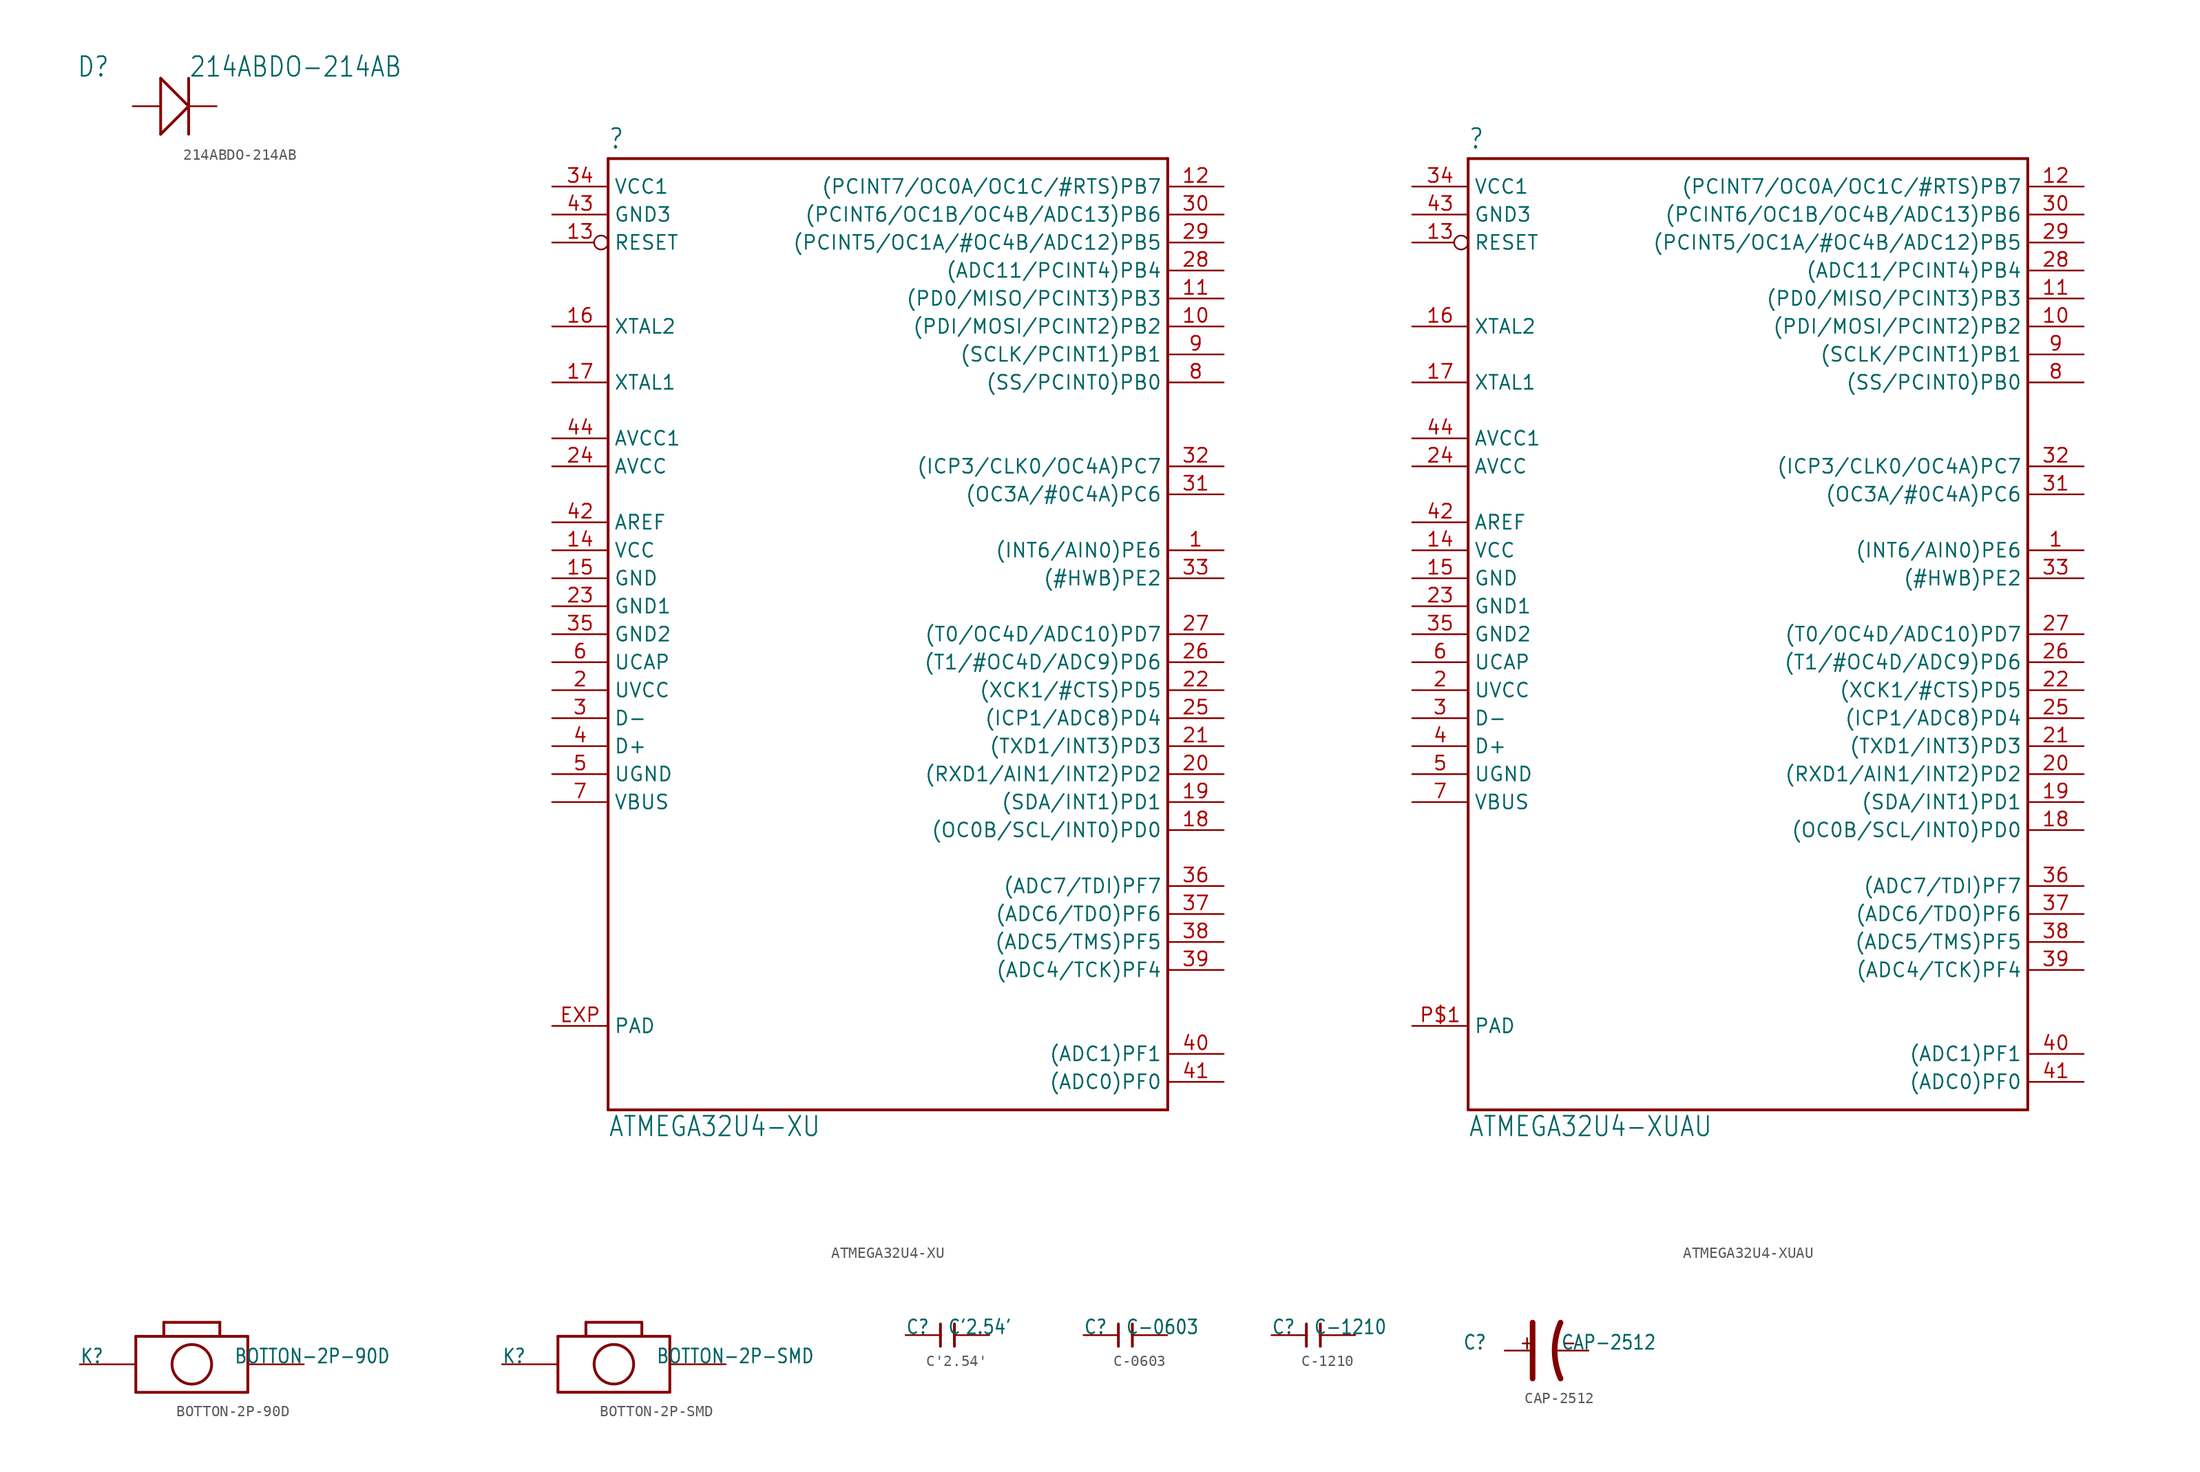
<source format=kicad_sym>
(kicad_symbol_lib
  (version 20211014)
  (generator kicad_symbol_editor)
  (symbol "214ABDO-214AB"
    (property "Reference" "D"
      (at -8.89 2.54 0)
      (effects (font (size 1.778 1.511)) (justify left bottom)))
    (property "Value" "214ABDO-214AB"
      (at 1.27 2.54 0)
      (effects (font (size 1.778 1.511)) (justify left bottom)))
    (property "ki_locked" ""
      (at 0 0 0)
      (effects (font (size 1.27 1.27))))
    (symbol "214ABDO-214AB_1_0"
      (polyline (pts (xy -1.27 -2.54) (xy -1.27 2.54)) (stroke (width 0.254) (type default) (color 0 0 0 0)) (fill (type none)))
      (polyline (pts (xy -1.27 -2.54) (xy 1.27 0)) (stroke (width 0.254) (type default) (color 0 0 0 0)) (fill (type none)))
      (polyline (pts (xy -1.27 2.54) (xy 1.27 0)) (stroke (width 0.254) (type default) (color 0 0 0 0)) (fill (type none)))
      (polyline (pts (xy 1.27 2.54) (xy 1.27 -2.54)) (stroke (width 0.254) (type default) (color 0 0 0 0)) (fill (type none)))
      (pin passive line (at -3.81 0 0) (length 2.54) (name "+" (effects (font (size 0 0)))) (number "1" (effects (font (size 0 0)))))
      (pin passive line (at 3.81 0 180) (length 2.54) (name "-" (effects (font (size 0 0)))) (number "2" (effects (font (size 0 0)))))))
  (symbol "ATMEGA32U4-XU"
    (property "Reference" ""
      (at -20.32 26.162 0)
      (effects (font (size 1.778 1.511)) (justify left bottom)))
    (property "Value" "ATMEGA32U4-XU"
      (at -20.32 -63.5 0)
      (effects (font (size 1.778 1.511)) (justify left bottom)))
    (property "ki_locked" ""
      (at 0 0 0)
      (effects (font (size 1.27 1.27))))
    (symbol "ATMEGA32U4-XU_1_0"
      (polyline (pts (xy -20.32 -60.96) (xy -20.32 25.4)) (stroke (width 0.254) (type default) (color 0 0 0 0)) (fill (type none)))
      (polyline (pts (xy -20.32 25.4) (xy 30.48 25.4)) (stroke (width 0.254) (type default) (color 0 0 0 0)) (fill (type none)))
      (polyline (pts (xy 30.48 -60.96) (xy -20.32 -60.96)) (stroke (width 0.254) (type default) (color 0 0 0 0)) (fill (type none)))
      (polyline (pts (xy 30.48 25.4) (xy 30.48 -60.96)) (stroke (width 0.254) (type default) (color 0 0 0 0)) (fill (type none)))
      (pin bidirectional line (at 35.56 -10.16 180) (length 5.08) (name "(INT6/AIN0)PE6" (effects (font (size 1.27 1.27)))) (number "1" (effects (font (size 1.27 1.27)))))
      (pin bidirectional line (at 35.56 10.16 180) (length 5.08) (name "(PDI/MOSI/PCINT2)PB2" (effects (font (size 1.27 1.27)))) (number "10" (effects (font (size 1.27 1.27)))))
      (pin bidirectional line (at 35.56 12.7 180) (length 5.08) (name "(PD0/MISO/PCINT3)PB3" (effects (font (size 1.27 1.27)))) (number "11" (effects (font (size 1.27 1.27)))))
      (pin bidirectional line (at 35.56 22.86 180) (length 5.08) (name "(PCINT7/OC0A/OC1C/#RTS)PB7" (effects (font (size 1.27 1.27)))) (number "12" (effects (font (size 1.27 1.27)))))
      (pin input inverted (at -25.4 17.78 0) (length 5.08) (name "RESET" (effects (font (size 1.27 1.27)))) (number "13" (effects (font (size 1.27 1.27)))))
      (pin power_in line (at -25.4 -10.16 0) (length 5.08) (name "VCC" (effects (font (size 1.27 1.27)))) (number "14" (effects (font (size 1.27 1.27)))))
      (pin power_in line (at -25.4 -12.7 0) (length 5.08) (name "GND" (effects (font (size 1.27 1.27)))) (number "15" (effects (font (size 1.27 1.27)))))
      (pin bidirectional line (at -25.4 10.16 0) (length 5.08) (name "XTAL2" (effects (font (size 1.27 1.27)))) (number "16" (effects (font (size 1.27 1.27)))))
      (pin bidirectional line (at -25.4 5.08 0) (length 5.08) (name "XTAL1" (effects (font (size 1.27 1.27)))) (number "17" (effects (font (size 1.27 1.27)))))
      (pin bidirectional line (at 35.56 -35.56 180) (length 5.08) (name "(OC0B/SCL/INT0)PD0" (effects (font (size 1.27 1.27)))) (number "18" (effects (font (size 1.27 1.27)))))
      (pin bidirectional line (at 35.56 -33.02 180) (length 5.08) (name "(SDA/INT1)PD1" (effects (font (size 1.27 1.27)))) (number "19" (effects (font (size 1.27 1.27)))))
      (pin power_in line (at -25.4 -22.86 0) (length 5.08) (name "UVCC" (effects (font (size 1.27 1.27)))) (number "2" (effects (font (size 1.27 1.27)))))
      (pin bidirectional line (at 35.56 -30.48 180) (length 5.08) (name "(RXD1/AIN1/INT2)PD2" (effects (font (size 1.27 1.27)))) (number "20" (effects (font (size 1.27 1.27)))))
      (pin bidirectional line (at 35.56 -27.94 180) (length 5.08) (name "(TXD1/INT3)PD3" (effects (font (size 1.27 1.27)))) (number "21" (effects (font (size 1.27 1.27)))))
      (pin bidirectional line (at 35.56 -22.86 180) (length 5.08) (name "(XCK1/#CTS)PD5" (effects (font (size 1.27 1.27)))) (number "22" (effects (font (size 1.27 1.27)))))
      (pin power_in line (at -25.4 -15.24 0) (length 5.08) (name "GND1" (effects (font (size 1.27 1.27)))) (number "23" (effects (font (size 1.27 1.27)))))
      (pin power_in line (at -25.4 -2.54 0) (length 5.08) (name "AVCC" (effects (font (size 1.27 1.27)))) (number "24" (effects (font (size 1.27 1.27)))))
      (pin bidirectional line (at 35.56 -25.4 180) (length 5.08) (name "(ICP1/ADC8)PD4" (effects (font (size 1.27 1.27)))) (number "25" (effects (font (size 1.27 1.27)))))
      (pin bidirectional line (at 35.56 -20.32 180) (length 5.08) (name "(T1/#OC4D/ADC9)PD6" (effects (font (size 1.27 1.27)))) (number "26" (effects (font (size 1.27 1.27)))))
      (pin bidirectional line (at 35.56 -17.78 180) (length 5.08) (name "(T0/OC4D/ADC10)PD7" (effects (font (size 1.27 1.27)))) (number "27" (effects (font (size 1.27 1.27)))))
      (pin bidirectional line (at 35.56 15.24 180) (length 5.08) (name "(ADC11/PCINT4)PB4" (effects (font (size 1.27 1.27)))) (number "28" (effects (font (size 1.27 1.27)))))
      (pin bidirectional line (at 35.56 17.78 180) (length 5.08) (name "(PCINT5/OC1A/#OC4B/ADC12)PB5" (effects (font (size 1.27 1.27)))) (number "29" (effects (font (size 1.27 1.27)))))
      (pin bidirectional line (at -25.4 -25.4 0) (length 5.08) (name "D-" (effects (font (size 1.27 1.27)))) (number "3" (effects (font (size 1.27 1.27)))))
      (pin bidirectional line (at 35.56 20.32 180) (length 5.08) (name "(PCINT6/OC1B/OC4B/ADC13)PB6" (effects (font (size 1.27 1.27)))) (number "30" (effects (font (size 1.27 1.27)))))
      (pin bidirectional line (at 35.56 -5.08 180) (length 5.08) (name "(OC3A/#0C4A)PC6" (effects (font (size 1.27 1.27)))) (number "31" (effects (font (size 1.27 1.27)))))
      (pin bidirectional line (at 35.56 -2.54 180) (length 5.08) (name "(ICP3/CLK0/OC4A)PC7" (effects (font (size 1.27 1.27)))) (number "32" (effects (font (size 1.27 1.27)))))
      (pin bidirectional line (at 35.56 -12.7 180) (length 5.08) (name "(#HWB)PE2" (effects (font (size 1.27 1.27)))) (number "33" (effects (font (size 1.27 1.27)))))
      (pin power_in line (at -25.4 22.86 0) (length 5.08) (name "VCC1" (effects (font (size 1.27 1.27)))) (number "34" (effects (font (size 1.27 1.27)))))
      (pin power_in line (at -25.4 -17.78 0) (length 5.08) (name "GND2" (effects (font (size 1.27 1.27)))) (number "35" (effects (font (size 1.27 1.27)))))
      (pin bidirectional line (at 35.56 -40.64 180) (length 5.08) (name "(ADC7/TDI)PF7" (effects (font (size 1.27 1.27)))) (number "36" (effects (font (size 1.27 1.27)))))
      (pin bidirectional line (at 35.56 -43.18 180) (length 5.08) (name "(ADC6/TDO)PF6" (effects (font (size 1.27 1.27)))) (number "37" (effects (font (size 1.27 1.27)))))
      (pin bidirectional line (at 35.56 -45.72 180) (length 5.08) (name "(ADC5/TMS)PF5" (effects (font (size 1.27 1.27)))) (number "38" (effects (font (size 1.27 1.27)))))
      (pin bidirectional line (at 35.56 -48.26 180) (length 5.08) (name "(ADC4/TCK)PF4" (effects (font (size 1.27 1.27)))) (number "39" (effects (font (size 1.27 1.27)))))
      (pin bidirectional line (at -25.4 -27.94 0) (length 5.08) (name "D+" (effects (font (size 1.27 1.27)))) (number "4" (effects (font (size 1.27 1.27)))))
      (pin bidirectional line (at 35.56 -55.88 180) (length 5.08) (name "(ADC1)PF1" (effects (font (size 1.27 1.27)))) (number "40" (effects (font (size 1.27 1.27)))))
      (pin bidirectional line (at 35.56 -58.42 180) (length 5.08) (name "(ADC0)PF0" (effects (font (size 1.27 1.27)))) (number "41" (effects (font (size 1.27 1.27)))))
      (pin power_in line (at -25.4 -7.62 0) (length 5.08) (name "AREF" (effects (font (size 1.27 1.27)))) (number "42" (effects (font (size 1.27 1.27)))))
      (pin power_in line (at -25.4 20.32 0) (length 5.08) (name "GND3" (effects (font (size 1.27 1.27)))) (number "43" (effects (font (size 1.27 1.27)))))
      (pin power_in line (at -25.4 0 0) (length 5.08) (name "AVCC1" (effects (font (size 1.27 1.27)))) (number "44" (effects (font (size 1.27 1.27)))))
      (pin power_in line (at -25.4 -30.48 0) (length 5.08) (name "UGND" (effects (font (size 1.27 1.27)))) (number "5" (effects (font (size 1.27 1.27)))))
      (pin passive line (at -25.4 -20.32 0) (length 5.08) (name "UCAP" (effects (font (size 1.27 1.27)))) (number "6" (effects (font (size 1.27 1.27)))))
      (pin input line (at -25.4 -33.02 0) (length 5.08) (name "VBUS" (effects (font (size 1.27 1.27)))) (number "7" (effects (font (size 1.27 1.27)))))
      (pin bidirectional line (at 35.56 5.08 180) (length 5.08) (name "(SS/PCINT0)PB0" (effects (font (size 1.27 1.27)))) (number "8" (effects (font (size 1.27 1.27)))))
      (pin bidirectional line (at 35.56 7.62 180) (length 5.08) (name "(SCLK/PCINT1)PB1" (effects (font (size 1.27 1.27)))) (number "9" (effects (font (size 1.27 1.27)))))
      (pin power_in line (at -25.4 -53.34 0) (length 5.08) (name "PAD" (effects (font (size 1.27 1.27)))) (number "EXP" (effects (font (size 1.27 1.27)))))))
  (symbol "ATMEGA32U4-XUAU"
    (property "Reference" ""
      (at -20.32 26.162 0)
      (effects (font (size 1.778 1.511)) (justify left bottom)))
    (property "Value" "ATMEGA32U4-XUAU"
      (at -20.32 -63.5 0)
      (effects (font (size 1.778 1.511)) (justify left bottom)))
    (property "ki_locked" ""
      (at 0 0 0)
      (effects (font (size 1.27 1.27))))
    (symbol "ATMEGA32U4-XUAU_1_0"
      (polyline (pts (xy -20.32 -60.96) (xy -20.32 25.4)) (stroke (width 0.254) (type default) (color 0 0 0 0)) (fill (type none)))
      (polyline (pts (xy -20.32 25.4) (xy 30.48 25.4)) (stroke (width 0.254) (type default) (color 0 0 0 0)) (fill (type none)))
      (polyline (pts (xy 30.48 -60.96) (xy -20.32 -60.96)) (stroke (width 0.254) (type default) (color 0 0 0 0)) (fill (type none)))
      (polyline (pts (xy 30.48 25.4) (xy 30.48 -60.96)) (stroke (width 0.254) (type default) (color 0 0 0 0)) (fill (type none)))
      (pin bidirectional line (at 35.56 -10.16 180) (length 5.08) (name "(INT6/AIN0)PE6" (effects (font (size 1.27 1.27)))) (number "1" (effects (font (size 1.27 1.27)))))
      (pin bidirectional line (at 35.56 10.16 180) (length 5.08) (name "(PDI/MOSI/PCINT2)PB2" (effects (font (size 1.27 1.27)))) (number "10" (effects (font (size 1.27 1.27)))))
      (pin bidirectional line (at 35.56 12.7 180) (length 5.08) (name "(PD0/MISO/PCINT3)PB3" (effects (font (size 1.27 1.27)))) (number "11" (effects (font (size 1.27 1.27)))))
      (pin bidirectional line (at 35.56 22.86 180) (length 5.08) (name "(PCINT7/OC0A/OC1C/#RTS)PB7" (effects (font (size 1.27 1.27)))) (number "12" (effects (font (size 1.27 1.27)))))
      (pin input inverted (at -25.4 17.78 0) (length 5.08) (name "RESET" (effects (font (size 1.27 1.27)))) (number "13" (effects (font (size 1.27 1.27)))))
      (pin power_in line (at -25.4 -10.16 0) (length 5.08) (name "VCC" (effects (font (size 1.27 1.27)))) (number "14" (effects (font (size 1.27 1.27)))))
      (pin power_in line (at -25.4 -12.7 0) (length 5.08) (name "GND" (effects (font (size 1.27 1.27)))) (number "15" (effects (font (size 1.27 1.27)))))
      (pin bidirectional line (at -25.4 10.16 0) (length 5.08) (name "XTAL2" (effects (font (size 1.27 1.27)))) (number "16" (effects (font (size 1.27 1.27)))))
      (pin bidirectional line (at -25.4 5.08 0) (length 5.08) (name "XTAL1" (effects (font (size 1.27 1.27)))) (number "17" (effects (font (size 1.27 1.27)))))
      (pin bidirectional line (at 35.56 -35.56 180) (length 5.08) (name "(OC0B/SCL/INT0)PD0" (effects (font (size 1.27 1.27)))) (number "18" (effects (font (size 1.27 1.27)))))
      (pin bidirectional line (at 35.56 -33.02 180) (length 5.08) (name "(SDA/INT1)PD1" (effects (font (size 1.27 1.27)))) (number "19" (effects (font (size 1.27 1.27)))))
      (pin power_in line (at -25.4 -22.86 0) (length 5.08) (name "UVCC" (effects (font (size 1.27 1.27)))) (number "2" (effects (font (size 1.27 1.27)))))
      (pin bidirectional line (at 35.56 -30.48 180) (length 5.08) (name "(RXD1/AIN1/INT2)PD2" (effects (font (size 1.27 1.27)))) (number "20" (effects (font (size 1.27 1.27)))))
      (pin bidirectional line (at 35.56 -27.94 180) (length 5.08) (name "(TXD1/INT3)PD3" (effects (font (size 1.27 1.27)))) (number "21" (effects (font (size 1.27 1.27)))))
      (pin bidirectional line (at 35.56 -22.86 180) (length 5.08) (name "(XCK1/#CTS)PD5" (effects (font (size 1.27 1.27)))) (number "22" (effects (font (size 1.27 1.27)))))
      (pin power_in line (at -25.4 -15.24 0) (length 5.08) (name "GND1" (effects (font (size 1.27 1.27)))) (number "23" (effects (font (size 1.27 1.27)))))
      (pin power_in line (at -25.4 -2.54 0) (length 5.08) (name "AVCC" (effects (font (size 1.27 1.27)))) (number "24" (effects (font (size 1.27 1.27)))))
      (pin bidirectional line (at 35.56 -25.4 180) (length 5.08) (name "(ICP1/ADC8)PD4" (effects (font (size 1.27 1.27)))) (number "25" (effects (font (size 1.27 1.27)))))
      (pin bidirectional line (at 35.56 -20.32 180) (length 5.08) (name "(T1/#OC4D/ADC9)PD6" (effects (font (size 1.27 1.27)))) (number "26" (effects (font (size 1.27 1.27)))))
      (pin bidirectional line (at 35.56 -17.78 180) (length 5.08) (name "(T0/OC4D/ADC10)PD7" (effects (font (size 1.27 1.27)))) (number "27" (effects (font (size 1.27 1.27)))))
      (pin bidirectional line (at 35.56 15.24 180) (length 5.08) (name "(ADC11/PCINT4)PB4" (effects (font (size 1.27 1.27)))) (number "28" (effects (font (size 1.27 1.27)))))
      (pin bidirectional line (at 35.56 17.78 180) (length 5.08) (name "(PCINT5/OC1A/#OC4B/ADC12)PB5" (effects (font (size 1.27 1.27)))) (number "29" (effects (font (size 1.27 1.27)))))
      (pin bidirectional line (at -25.4 -25.4 0) (length 5.08) (name "D-" (effects (font (size 1.27 1.27)))) (number "3" (effects (font (size 1.27 1.27)))))
      (pin bidirectional line (at 35.56 20.32 180) (length 5.08) (name "(PCINT6/OC1B/OC4B/ADC13)PB6" (effects (font (size 1.27 1.27)))) (number "30" (effects (font (size 1.27 1.27)))))
      (pin bidirectional line (at 35.56 -5.08 180) (length 5.08) (name "(OC3A/#0C4A)PC6" (effects (font (size 1.27 1.27)))) (number "31" (effects (font (size 1.27 1.27)))))
      (pin bidirectional line (at 35.56 -2.54 180) (length 5.08) (name "(ICP3/CLK0/OC4A)PC7" (effects (font (size 1.27 1.27)))) (number "32" (effects (font (size 1.27 1.27)))))
      (pin bidirectional line (at 35.56 -12.7 180) (length 5.08) (name "(#HWB)PE2" (effects (font (size 1.27 1.27)))) (number "33" (effects (font (size 1.27 1.27)))))
      (pin power_in line (at -25.4 22.86 0) (length 5.08) (name "VCC1" (effects (font (size 1.27 1.27)))) (number "34" (effects (font (size 1.27 1.27)))))
      (pin power_in line (at -25.4 -17.78 0) (length 5.08) (name "GND2" (effects (font (size 1.27 1.27)))) (number "35" (effects (font (size 1.27 1.27)))))
      (pin bidirectional line (at 35.56 -40.64 180) (length 5.08) (name "(ADC7/TDI)PF7" (effects (font (size 1.27 1.27)))) (number "36" (effects (font (size 1.27 1.27)))))
      (pin bidirectional line (at 35.56 -43.18 180) (length 5.08) (name "(ADC6/TDO)PF6" (effects (font (size 1.27 1.27)))) (number "37" (effects (font (size 1.27 1.27)))))
      (pin bidirectional line (at 35.56 -45.72 180) (length 5.08) (name "(ADC5/TMS)PF5" (effects (font (size 1.27 1.27)))) (number "38" (effects (font (size 1.27 1.27)))))
      (pin bidirectional line (at 35.56 -48.26 180) (length 5.08) (name "(ADC4/TCK)PF4" (effects (font (size 1.27 1.27)))) (number "39" (effects (font (size 1.27 1.27)))))
      (pin bidirectional line (at -25.4 -27.94 0) (length 5.08) (name "D+" (effects (font (size 1.27 1.27)))) (number "4" (effects (font (size 1.27 1.27)))))
      (pin bidirectional line (at 35.56 -55.88 180) (length 5.08) (name "(ADC1)PF1" (effects (font (size 1.27 1.27)))) (number "40" (effects (font (size 1.27 1.27)))))
      (pin bidirectional line (at 35.56 -58.42 180) (length 5.08) (name "(ADC0)PF0" (effects (font (size 1.27 1.27)))) (number "41" (effects (font (size 1.27 1.27)))))
      (pin power_in line (at -25.4 -7.62 0) (length 5.08) (name "AREF" (effects (font (size 1.27 1.27)))) (number "42" (effects (font (size 1.27 1.27)))))
      (pin power_in line (at -25.4 20.32 0) (length 5.08) (name "GND3" (effects (font (size 1.27 1.27)))) (number "43" (effects (font (size 1.27 1.27)))))
      (pin power_in line (at -25.4 0 0) (length 5.08) (name "AVCC1" (effects (font (size 1.27 1.27)))) (number "44" (effects (font (size 1.27 1.27)))))
      (pin power_in line (at -25.4 -30.48 0) (length 5.08) (name "UGND" (effects (font (size 1.27 1.27)))) (number "5" (effects (font (size 1.27 1.27)))))
      (pin passive line (at -25.4 -20.32 0) (length 5.08) (name "UCAP" (effects (font (size 1.27 1.27)))) (number "6" (effects (font (size 1.27 1.27)))))
      (pin input line (at -25.4 -33.02 0) (length 5.08) (name "VBUS" (effects (font (size 1.27 1.27)))) (number "7" (effects (font (size 1.27 1.27)))))
      (pin bidirectional line (at 35.56 5.08 180) (length 5.08) (name "(SS/PCINT0)PB0" (effects (font (size 1.27 1.27)))) (number "8" (effects (font (size 1.27 1.27)))))
      (pin bidirectional line (at 35.56 7.62 180) (length 5.08) (name "(SCLK/PCINT1)PB1" (effects (font (size 1.27 1.27)))) (number "9" (effects (font (size 1.27 1.27)))))
      (pin power_in line (at -25.4 -53.34 0) (length 5.08) (name "PAD" (effects (font (size 1.27 1.27)))) (number "P$1" (effects (font (size 1.27 1.27)))))))
  (symbol "BOTTON-2P-90D"
    (property "Reference" "K"
      (at -10.16 0 0)
      (effects (font (size 1.27 1.079)) (justify left bottom)))
    (property "Value" "BOTTON-2P-90D"
      (at 3.81 0 0)
      (effects (font (size 1.27 1.079)) (justify left bottom)))
    (property "ki_locked" ""
      (at 0 0 0)
      (effects (font (size 1.27 1.27))))
    (symbol "BOTTON-2P-90D_1_0"
      (polyline (pts (xy -5.08 -2.54) (xy 5.08 -2.54)) (stroke (width 0.254) (type default) (color 0 0 0 0)) (fill (type none)))
      (polyline (pts (xy -5.08 2.54) (xy -5.08 -2.54)) (stroke (width 0.254) (type default) (color 0 0 0 0)) (fill (type none)))
      (polyline (pts (xy -2.54 2.54) (xy -5.08 2.54)) (stroke (width 0.254) (type default) (color 0 0 0 0)) (fill (type none)))
      (polyline (pts (xy -2.54 2.54) (xy -2.54 3.81)) (stroke (width 0.254) (type default) (color 0 0 0 0)) (fill (type none)))
      (polyline (pts (xy -2.54 3.81) (xy 2.54 3.81)) (stroke (width 0.254) (type default) (color 0 0 0 0)) (fill (type none)))
      (polyline (pts (xy 2.54 2.54) (xy -2.54 2.54)) (stroke (width 0.254) (type default) (color 0 0 0 0)) (fill (type none)))
      (polyline (pts (xy 2.54 3.81) (xy 2.54 2.54)) (stroke (width 0.254) (type default) (color 0 0 0 0)) (fill (type none)))
      (polyline (pts (xy 5.08 -2.54) (xy 5.08 2.54)) (stroke (width 0.254) (type default) (color 0 0 0 0)) (fill (type none)))
      (polyline (pts (xy 5.08 2.54) (xy 2.54 2.54)) (stroke (width 0.254) (type default) (color 0 0 0 0)) (fill (type none)))
      (circle (center 0 0) (radius 1.796) (stroke (width 0.254) (type default) (color 0 0 0 0)) (fill (type none)))
      (pin bidirectional line (at -10.16 0 0) (length 5.08) (name "1" (effects (font (size 0 0)))) (number "P$1" (effects (font (size 0 0)))))
      (pin bidirectional line (at 10.16 0 180) (length 5.08) (name "2" (effects (font (size 0 0)))) (number "P$2" (effects (font (size 0 0)))))))
  (symbol "BOTTON-2P-SMD"
    (property "Reference" "K"
      (at -10.16 0 0)
      (effects (font (size 1.27 1.079)) (justify left bottom)))
    (property "Value" "BOTTON-2P-SMD"
      (at 3.81 0 0)
      (effects (font (size 1.27 1.079)) (justify left bottom)))
    (property "ki_locked" ""
      (at 0 0 0)
      (effects (font (size 1.27 1.27))))
    (symbol "BOTTON-2P-SMD_1_0"
      (polyline (pts (xy -5.08 -2.54) (xy 5.08 -2.54)) (stroke (width 0.254) (type default) (color 0 0 0 0)) (fill (type none)))
      (polyline (pts (xy -5.08 2.54) (xy -5.08 -2.54)) (stroke (width 0.254) (type default) (color 0 0 0 0)) (fill (type none)))
      (polyline (pts (xy -2.54 2.54) (xy -5.08 2.54)) (stroke (width 0.254) (type default) (color 0 0 0 0)) (fill (type none)))
      (polyline (pts (xy -2.54 2.54) (xy -2.54 3.81)) (stroke (width 0.254) (type default) (color 0 0 0 0)) (fill (type none)))
      (polyline (pts (xy -2.54 3.81) (xy 2.54 3.81)) (stroke (width 0.254) (type default) (color 0 0 0 0)) (fill (type none)))
      (polyline (pts (xy 2.54 2.54) (xy -2.54 2.54)) (stroke (width 0.254) (type default) (color 0 0 0 0)) (fill (type none)))
      (polyline (pts (xy 2.54 3.81) (xy 2.54 2.54)) (stroke (width 0.254) (type default) (color 0 0 0 0)) (fill (type none)))
      (polyline (pts (xy 5.08 -2.54) (xy 5.08 2.54)) (stroke (width 0.254) (type default) (color 0 0 0 0)) (fill (type none)))
      (polyline (pts (xy 5.08 2.54) (xy 2.54 2.54)) (stroke (width 0.254) (type default) (color 0 0 0 0)) (fill (type none)))
      (circle (center 0 0) (radius 1.796) (stroke (width 0.254) (type default) (color 0 0 0 0)) (fill (type none)))
      (pin bidirectional line (at -10.16 0 0) (length 5.08) (name "1" (effects (font (size 0 0)))) (number "1" (effects (font (size 0 0)))))
      (pin bidirectional line (at 10.16 0 180) (length 5.08) (name "2" (effects (font (size 0 0)))) (number "P$2" (effects (font (size 0 0)))))))
  (symbol "C'2.54'"
    (property "Reference" "C"
      (at -3.81 0 0)
      (effects (font (size 1.27 1.079)) (justify left bottom)))
    (property "Value" "C'2.54'"
      (at 0 0 0)
      (effects (font (size 1.27 1.079)) (justify left bottom)))
    (property "ki_locked" ""
      (at 0 0 0)
      (effects (font (size 1.27 1.27))))
    (symbol "C'2.54'_1_0"
      (polyline (pts (xy -1.27 0) (xy -0.635 0)) (stroke (width 0.152) (type default) (color 0 0 0 0)) (fill (type none)))
      (polyline (pts (xy -0.635 -1.016) (xy -0.635 0)) (stroke (width 0.254) (type default) (color 0 0 0 0)) (fill (type none)))
      (polyline (pts (xy -0.635 0) (xy -0.635 1.016)) (stroke (width 0.254) (type default) (color 0 0 0 0)) (fill (type none)))
      (polyline (pts (xy 0.635 0) (xy 0.635 -1.016)) (stroke (width 0.254) (type default) (color 0 0 0 0)) (fill (type none)))
      (polyline (pts (xy 0.635 0) (xy 1.27 0)) (stroke (width 0.152) (type default) (color 0 0 0 0)) (fill (type none)))
      (polyline (pts (xy 0.635 1.016) (xy 0.635 0)) (stroke (width 0.254) (type default) (color 0 0 0 0)) (fill (type none)))
      (pin passive line (at -3.81 0 0) (length 2.54) (name "1" (effects (font (size 0 0)))) (number "1" (effects (font (size 0 0)))))
      (pin passive line (at 3.81 0 180) (length 2.54) (name "2" (effects (font (size 0 0)))) (number "2" (effects (font (size 0 0)))))))
  (symbol "C-0603"
    (property "Reference" "C"
      (at -3.81 0 0)
      (effects (font (size 1.27 1.079)) (justify left bottom)))
    (property "Value" "C-0603"
      (at 0 0 0)
      (effects (font (size 1.27 1.079)) (justify left bottom)))
    (property "ki_locked" ""
      (at 0 0 0)
      (effects (font (size 1.27 1.27))))
    (symbol "C-0603_1_0"
      (polyline (pts (xy -1.27 0) (xy -0.635 0)) (stroke (width 0.152) (type default) (color 0 0 0 0)) (fill (type none)))
      (polyline (pts (xy -0.635 -1.016) (xy -0.635 0)) (stroke (width 0.254) (type default) (color 0 0 0 0)) (fill (type none)))
      (polyline (pts (xy -0.635 0) (xy -0.635 1.016)) (stroke (width 0.254) (type default) (color 0 0 0 0)) (fill (type none)))
      (polyline (pts (xy 0.635 0) (xy 0.635 -1.016)) (stroke (width 0.254) (type default) (color 0 0 0 0)) (fill (type none)))
      (polyline (pts (xy 0.635 0) (xy 1.27 0)) (stroke (width 0.152) (type default) (color 0 0 0 0)) (fill (type none)))
      (polyline (pts (xy 0.635 1.016) (xy 0.635 0)) (stroke (width 0.254) (type default) (color 0 0 0 0)) (fill (type none)))
      (pin passive line (at -3.81 0 0) (length 2.54) (name "1" (effects (font (size 0 0)))) (number "1" (effects (font (size 0 0)))))
      (pin passive line (at 3.81 0 180) (length 2.54) (name "2" (effects (font (size 0 0)))) (number "2" (effects (font (size 0 0)))))))
  (symbol "C-1210"
    (property "Reference" "C"
      (at -3.81 0 0)
      (effects (font (size 1.27 1.079)) (justify left bottom)))
    (property "Value" "C-1210"
      (at 0 0 0)
      (effects (font (size 1.27 1.079)) (justify left bottom)))
    (property "ki_locked" ""
      (at 0 0 0)
      (effects (font (size 1.27 1.27))))
    (symbol "C-1210_1_0"
      (polyline (pts (xy -1.27 0) (xy -0.635 0)) (stroke (width 0.152) (type default) (color 0 0 0 0)) (fill (type none)))
      (polyline (pts (xy -0.635 -1.016) (xy -0.635 0)) (stroke (width 0.254) (type default) (color 0 0 0 0)) (fill (type none)))
      (polyline (pts (xy -0.635 0) (xy -0.635 1.016)) (stroke (width 0.254) (type default) (color 0 0 0 0)) (fill (type none)))
      (polyline (pts (xy 0.635 0) (xy 0.635 -1.016)) (stroke (width 0.254) (type default) (color 0 0 0 0)) (fill (type none)))
      (polyline (pts (xy 0.635 0) (xy 1.27 0)) (stroke (width 0.152) (type default) (color 0 0 0 0)) (fill (type none)))
      (polyline (pts (xy 0.635 1.016) (xy 0.635 0)) (stroke (width 0.254) (type default) (color 0 0 0 0)) (fill (type none)))
      (pin passive line (at -3.81 0 0) (length 2.54) (name "1" (effects (font (size 0 0)))) (number "1" (effects (font (size 0 0)))))
      (pin passive line (at 3.81 0 180) (length 2.54) (name "2" (effects (font (size 0 0)))) (number "2" (effects (font (size 0 0)))))))
  (symbol "CAP-2512"
    (property "Reference" "C"
      (at -7.62 0 0)
      (effects (font (size 1.27 1.079)) (justify left bottom)))
    (property "Value" "CAP-2512"
      (at 1.27 0 0)
      (effects (font (size 1.27 1.079)) (justify left bottom)))
    (property "ki_locked" ""
      (at 0 0 0)
      (effects (font (size 1.27 1.27))))
    (symbol "CAP-2512_1_0"
      (polyline (pts (xy -1.27 2.54) (xy -1.27 -2.54)) (stroke (width 0.508) (type default) (color 0 0 0 0)) (fill (type none)))
      (polyline (pts (xy 1.27 0) (xy 0.635 0)) (stroke (width 0.152) (type default) (color 0 0 0 0)) (fill (type none)))
      (arc (start 1.27 2.54) (mid 0.731 0) (end 1.27 -2.54) (stroke (width 0.508) (type default) (color 0 0 0 0)) (fill (type none)))
      (text "+" (at -2.54 0 0) (effects (font (size 1.27 1.079)) (justify left bottom)))
      (text "-" (at 1.27 0 0) (effects (font (size 1.27 1.079)) (justify left bottom)))
      (pin passive line (at -3.81 0 0) (length 2.54) (name "+" (effects (font (size 0 0)))) (number "+" (effects (font (size 0 0)))))
      (pin passive line (at 3.81 0 180) (length 2.54) (name "-" (effects (font (size 0 0)))) (number "-" (effects (font (size 0 0))))))))
</source>
